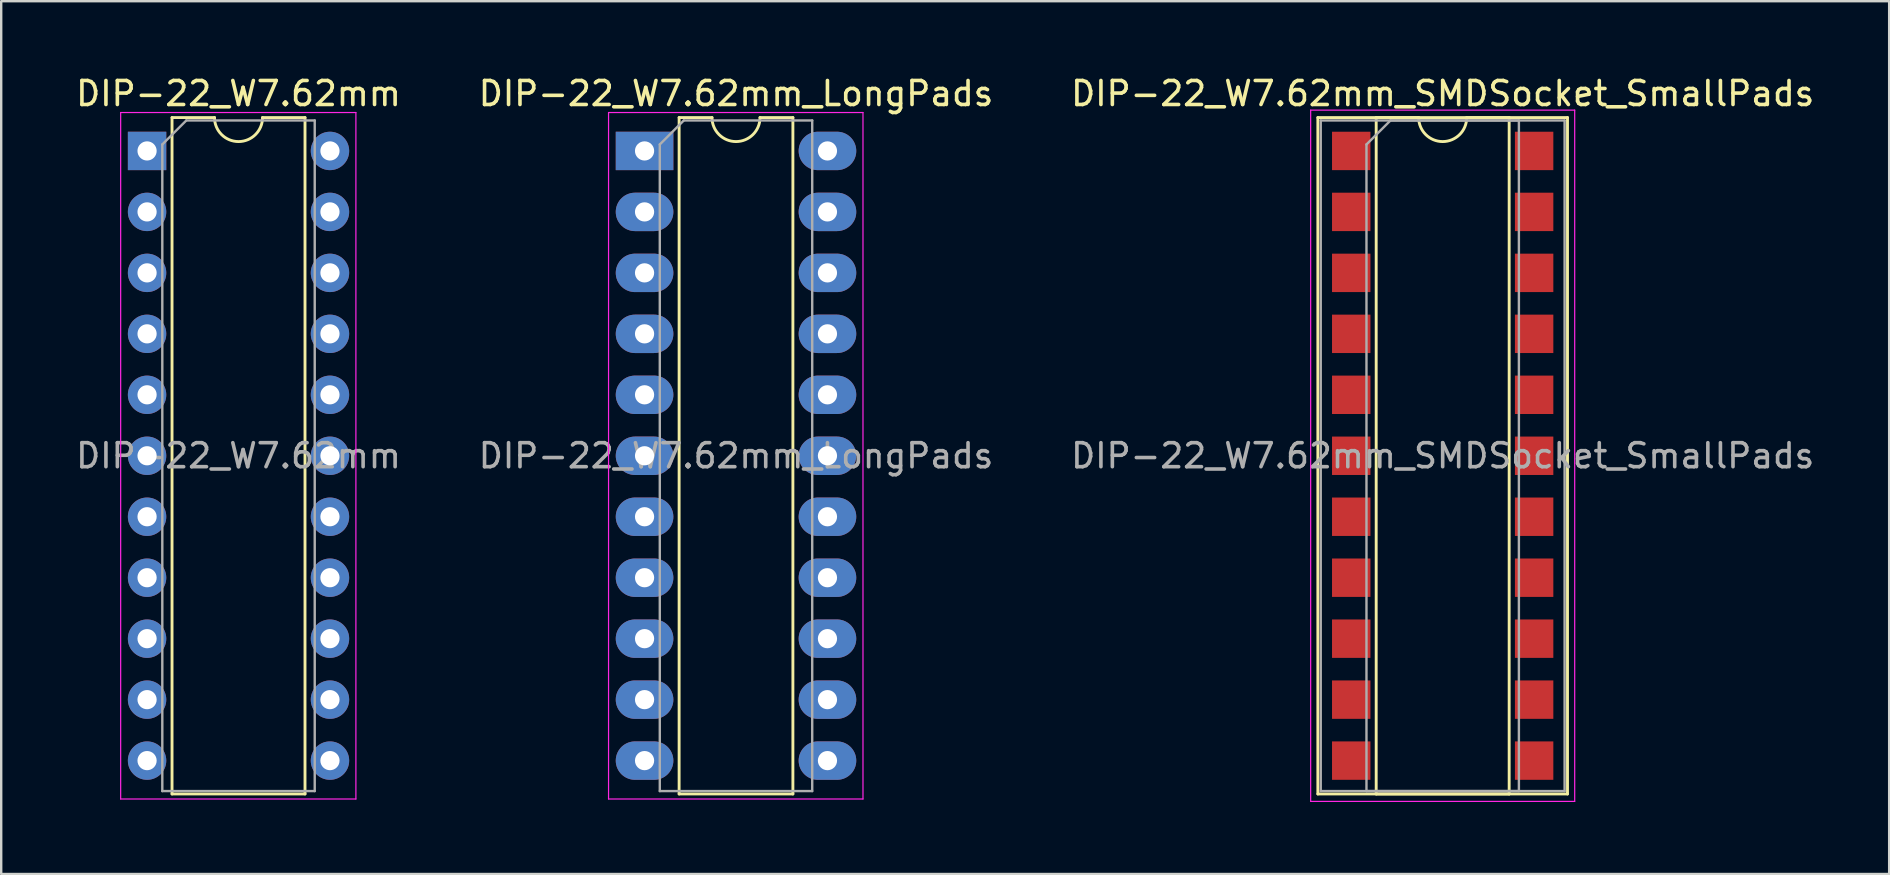
<source format=kicad_pcb>
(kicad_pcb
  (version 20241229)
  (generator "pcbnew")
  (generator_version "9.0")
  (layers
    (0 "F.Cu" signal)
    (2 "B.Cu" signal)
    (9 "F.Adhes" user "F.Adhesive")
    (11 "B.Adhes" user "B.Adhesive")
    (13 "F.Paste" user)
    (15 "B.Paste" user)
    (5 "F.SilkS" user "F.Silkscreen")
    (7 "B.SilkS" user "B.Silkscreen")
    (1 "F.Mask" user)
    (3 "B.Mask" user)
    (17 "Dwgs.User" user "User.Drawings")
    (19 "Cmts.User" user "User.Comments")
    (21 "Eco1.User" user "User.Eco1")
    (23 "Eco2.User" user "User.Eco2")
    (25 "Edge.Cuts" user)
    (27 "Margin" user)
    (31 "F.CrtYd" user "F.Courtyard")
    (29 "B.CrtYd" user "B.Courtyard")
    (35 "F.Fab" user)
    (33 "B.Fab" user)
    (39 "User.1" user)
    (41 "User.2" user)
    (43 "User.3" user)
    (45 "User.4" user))
  (footprint "DIP-22_W7.62mm_SMDSocket_SmallPads"
    (layer "F.Cu")
    (at 57.054 15.938)
    (property "Reference" "DIP-22_W7.62mm_SMDSocket_SmallPads" (at 0 -15.09 0) (layer "F.SilkS") (effects (font (size 1 1) (thickness 0.15))))
    (attr smd)
    (fp_line (start -5.2 -14.09) (end -5.2 14.09) (stroke (width 0.12) (type solid)) (layer "F.SilkS"))
    (fp_line (start -5.2 14.09) (end 5.2 14.09) (stroke (width 0.12) (type solid)) (layer "F.SilkS"))
    (fp_line (start -2.77 -14.09) (end -2.77 14.09) (stroke (width 0.12) (type solid)) (layer "F.SilkS"))
    (fp_line (start -2.77 14.09) (end 2.77 14.09) (stroke (width 0.12) (type solid)) (layer "F.SilkS"))
    (fp_line (start -1 -14.09) (end -2.77 -14.09) (stroke (width 0.12) (type solid)) (layer "F.SilkS"))
    (fp_line (start 2.77 -14.09) (end 1 -14.09) (stroke (width 0.12) (type solid)) (layer "F.SilkS"))
    (fp_line (start 2.77 14.09) (end 2.77 -14.09) (stroke (width 0.12) (type solid)) (layer "F.SilkS"))
    (fp_line (start 5.2 -14.09) (end -5.2 -14.09) (stroke (width 0.12) (type solid)) (layer "F.SilkS"))
    (fp_line (start 5.2 14.09) (end 5.2 -14.09) (stroke (width 0.12) (type solid)) (layer "F.SilkS"))
    (fp_arc (start 1 -14.09) (mid 0 -13.09) (end -1 -14.09) (stroke (width 0.12) (type solid)) (layer "F.SilkS"))
    (fp_line (start -5.5 -14.4) (end -5.5 14.4) (stroke (width 0.05) (type solid)) (layer "F.CrtYd"))
    (fp_line (start -5.5 14.4) (end 5.5 14.4) (stroke (width 0.05) (type solid)) (layer "F.CrtYd"))
    (fp_line (start 5.5 -14.4) (end -5.5 -14.4) (stroke (width 0.05) (type solid)) (layer "F.CrtYd"))
    (fp_line (start 5.5 14.4) (end 5.5 -14.4) (stroke (width 0.05) (type solid)) (layer "F.CrtYd"))
    (fp_line (start -5.08 -13.97) (end -5.08 13.97) (stroke (width 0.1) (type solid)) (layer "F.Fab"))
    (fp_line (start -5.08 13.97) (end 5.08 13.97) (stroke (width 0.1) (type solid)) (layer "F.Fab"))
    (fp_line (start -3.175 -12.97) (end -2.175 -13.97) (stroke (width 0.1) (type solid)) (layer "F.Fab"))
    (fp_line (start -3.175 13.97) (end -3.175 -12.97) (stroke (width 0.1) (type solid)) (layer "F.Fab"))
    (fp_line (start -2.175 -13.97) (end 3.175 -13.97) (stroke (width 0.1) (type solid)) (layer "F.Fab"))
    (fp_line (start 3.175 -13.97) (end 3.175 13.97) (stroke (width 0.1) (type solid)) (layer "F.Fab"))
    (fp_line (start 3.175 13.97) (end -3.175 13.97) (stroke (width 0.1) (type solid)) (layer "F.Fab"))
    (fp_line (start 5.08 -13.97) (end -5.08 -13.97) (stroke (width 0.1) (type solid)) (layer "F.Fab"))
    (fp_line (start 5.08 13.97) (end 5.08 -13.97) (stroke (width 0.1) (type solid)) (layer "F.Fab"))
    (fp_text user "${REFERENCE}" (at 0 0 0) (layer "F.Fab") (effects (font (size 1 1) (thickness 0.15))))
    (pad "1" smd rect (at -3.81 -12.7) (size 1.6 1.6) (layers "F.Cu" "F.Mask" "F.Paste"))
    (pad "2" smd rect (at -3.81 -10.16) (size 1.6 1.6) (layers "F.Cu" "F.Mask" "F.Paste"))
    (pad "3" smd rect (at -3.81 -7.62) (size 1.6 1.6) (layers "F.Cu" "F.Mask" "F.Paste"))
    (pad "4" smd rect (at -3.81 -5.08) (size 1.6 1.6) (layers "F.Cu" "F.Mask" "F.Paste"))
    (pad "5" smd rect (at -3.81 -2.54) (size 1.6 1.6) (layers "F.Cu" "F.Mask" "F.Paste"))
    (pad "6" smd rect (at -3.81 0) (size 1.6 1.6) (layers "F.Cu" "F.Mask" "F.Paste"))
    (pad "7" smd rect (at -3.81 2.54) (size 1.6 1.6) (layers "F.Cu" "F.Mask" "F.Paste"))
    (pad "8" smd rect (at -3.81 5.08) (size 1.6 1.6) (layers "F.Cu" "F.Mask" "F.Paste"))
    (pad "9" smd rect (at -3.81 7.62) (size 1.6 1.6) (layers "F.Cu" "F.Mask" "F.Paste"))
    (pad "10" smd rect (at -3.81 10.16) (size 1.6 1.6) (layers "F.Cu" "F.Mask" "F.Paste"))
    (pad "11" smd rect (at -3.81 12.7) (size 1.6 1.6) (layers "F.Cu" "F.Mask" "F.Paste"))
    (pad "12" smd rect (at 3.81 12.7) (size 1.6 1.6) (layers "F.Cu" "F.Mask" "F.Paste"))
    (pad "13" smd rect (at 3.81 10.16) (size 1.6 1.6) (layers "F.Cu" "F.Mask" "F.Paste"))
    (pad "14" smd rect (at 3.81 7.62) (size 1.6 1.6) (layers "F.Cu" "F.Mask" "F.Paste"))
    (pad "15" smd rect (at 3.81 5.08) (size 1.6 1.6) (layers "F.Cu" "F.Mask" "F.Paste"))
    (pad "16" smd rect (at 3.81 2.54) (size 1.6 1.6) (layers "F.Cu" "F.Mask" "F.Paste"))
    (pad "17" smd rect (at 3.81 0) (size 1.6 1.6) (layers "F.Cu" "F.Mask" "F.Paste"))
    (pad "18" smd rect (at 3.81 -2.54) (size 1.6 1.6) (layers "F.Cu" "F.Mask" "F.Paste"))
    (pad "19" smd rect (at 3.81 -5.08) (size 1.6 1.6) (layers "F.Cu" "F.Mask" "F.Paste"))
    (pad "20" smd rect (at 3.81 -7.62) (size 1.6 1.6) (layers "F.Cu" "F.Mask" "F.Paste"))
    (pad "21" smd rect (at 3.81 -10.16) (size 1.6 1.6) (layers "F.Cu" "F.Mask" "F.Paste"))
    (pad "22" smd rect (at 3.81 -12.7) (size 1.6 1.6) (layers "F.Cu" "F.Mask" "F.Paste")))
  (footprint "DIP-22_W7.62mm_LongPads"
    (layer "F.Cu")
    (at 23.803 3.238)
    (property "Reference" "DIP-22_W7.62mm_LongPads" (at 3.81 -2.39 0) (layer "F.SilkS") (effects (font (size 1 1) (thickness 0.15))))
    (attr through_hole)
    (fp_line (start 1.44 -1.39) (end 1.44 26.79) (stroke (width 0.12) (type solid)) (layer "F.SilkS"))
    (fp_line (start 1.44 26.79) (end 6.18 26.79) (stroke (width 0.12) (type solid)) (layer "F.SilkS"))
    (fp_line (start 2.81 -1.39) (end 1.44 -1.39) (stroke (width 0.12) (type solid)) (layer "F.SilkS"))
    (fp_line (start 6.18 -1.39) (end 4.81 -1.39) (stroke (width 0.12) (type solid)) (layer "F.SilkS"))
    (fp_line (start 6.18 26.79) (end 6.18 -1.39) (stroke (width 0.12) (type solid)) (layer "F.SilkS"))
    (fp_arc (start 4.81 -1.39) (mid 3.81 -0.39) (end 2.81 -1.39) (stroke (width 0.12) (type solid)) (layer "F.SilkS"))
    (fp_line (start -1.5 -1.6) (end -1.5 27) (stroke (width 0.05) (type solid)) (layer "F.CrtYd"))
    (fp_line (start -1.5 27) (end 9.1 27) (stroke (width 0.05) (type solid)) (layer "F.CrtYd"))
    (fp_line (start 9.1 -1.6) (end -1.5 -1.6) (stroke (width 0.05) (type solid)) (layer "F.CrtYd"))
    (fp_line (start 9.1 27) (end 9.1 -1.6) (stroke (width 0.05) (type solid)) (layer "F.CrtYd"))
    (fp_line (start 0.635 -0.27) (end 1.635 -1.27) (stroke (width 0.1) (type solid)) (layer "F.Fab"))
    (fp_line (start 0.635 26.67) (end 0.635 -0.27) (stroke (width 0.1) (type solid)) (layer "F.Fab"))
    (fp_line (start 1.635 -1.27) (end 6.985 -1.27) (stroke (width 0.1) (type solid)) (layer "F.Fab"))
    (fp_line (start 6.985 -1.27) (end 6.985 26.67) (stroke (width 0.1) (type solid)) (layer "F.Fab"))
    (fp_line (start 6.985 26.67) (end 0.635 26.67) (stroke (width 0.1) (type solid)) (layer "F.Fab"))
    (fp_text user "${REFERENCE}" (at 3.81 12.7 0) (layer "F.Fab") (effects (font (size 1 1) (thickness 0.15))))
    (pad "1" thru_hole rect (at 0 0) (size 2.4 1.6) (drill 0.8) (layers "*.Cu" "*.Mask"))
    (pad "2" thru_hole oval (at 0 2.54) (size 2.4 1.6) (drill 0.8) (layers "*.Cu" "*.Mask"))
    (pad "3" thru_hole oval (at 0 5.08) (size 2.4 1.6) (drill 0.8) (layers "*.Cu" "*.Mask"))
    (pad "4" thru_hole oval (at 0 7.62) (size 2.4 1.6) (drill 0.8) (layers "*.Cu" "*.Mask"))
    (pad "5" thru_hole oval (at 0 10.16) (size 2.4 1.6) (drill 0.8) (layers "*.Cu" "*.Mask"))
    (pad "6" thru_hole oval (at 0 12.7) (size 2.4 1.6) (drill 0.8) (layers "*.Cu" "*.Mask"))
    (pad "7" thru_hole oval (at 0 15.24) (size 2.4 1.6) (drill 0.8) (layers "*.Cu" "*.Mask"))
    (pad "8" thru_hole oval (at 0 17.78) (size 2.4 1.6) (drill 0.8) (layers "*.Cu" "*.Mask"))
    (pad "9" thru_hole oval (at 0 20.32) (size 2.4 1.6) (drill 0.8) (layers "*.Cu" "*.Mask"))
    (pad "10" thru_hole oval (at 0 22.86) (size 2.4 1.6) (drill 0.8) (layers "*.Cu" "*.Mask"))
    (pad "11" thru_hole oval (at 0 25.4) (size 2.4 1.6) (drill 0.8) (layers "*.Cu" "*.Mask"))
    (pad "12" thru_hole oval (at 7.62 25.4) (size 2.4 1.6) (drill 0.8) (layers "*.Cu" "*.Mask"))
    (pad "13" thru_hole oval (at 7.62 22.86) (size 2.4 1.6) (drill 0.8) (layers "*.Cu" "*.Mask"))
    (pad "14" thru_hole oval (at 7.62 20.32) (size 2.4 1.6) (drill 0.8) (layers "*.Cu" "*.Mask"))
    (pad "15" thru_hole oval (at 7.62 17.78) (size 2.4 1.6) (drill 0.8) (layers "*.Cu" "*.Mask"))
    (pad "16" thru_hole oval (at 7.62 15.24) (size 2.4 1.6) (drill 0.8) (layers "*.Cu" "*.Mask"))
    (pad "17" thru_hole oval (at 7.62 12.7) (size 2.4 1.6) (drill 0.8) (layers "*.Cu" "*.Mask"))
    (pad "18" thru_hole oval (at 7.62 10.16) (size 2.4 1.6) (drill 0.8) (layers "*.Cu" "*.Mask"))
    (pad "19" thru_hole oval (at 7.62 7.62) (size 2.4 1.6) (drill 0.8) (layers "*.Cu" "*.Mask"))
    (pad "20" thru_hole oval (at 7.62 5.08) (size 2.4 1.6) (drill 0.8) (layers "*.Cu" "*.Mask"))
    (pad "21" thru_hole oval (at 7.62 2.54) (size 2.4 1.6) (drill 0.8) (layers "*.Cu" "*.Mask"))
    (pad "22" thru_hole oval (at 7.62 0) (size 2.4 1.6) (drill 0.8) (layers "*.Cu" "*.Mask")))
  (footprint "DIP-22_W7.62mm"
    (layer "F.Cu")
    (at 3.077 3.238)
    (property "Reference" "DIP-22_W7.62mm" (at 3.81 -2.39 0) (layer "F.SilkS") (effects (font (size 1 1) (thickness 0.15))))
    (attr through_hole)
    (fp_line (start 1.04 -1.39) (end 1.04 26.79) (stroke (width 0.12) (type solid)) (layer "F.SilkS"))
    (fp_line (start 1.04 26.79) (end 6.58 26.79) (stroke (width 0.12) (type solid)) (layer "F.SilkS"))
    (fp_line (start 2.81 -1.39) (end 1.04 -1.39) (stroke (width 0.12) (type solid)) (layer "F.SilkS"))
    (fp_line (start 6.58 -1.39) (end 4.81 -1.39) (stroke (width 0.12) (type solid)) (layer "F.SilkS"))
    (fp_line (start 6.58 26.79) (end 6.58 -1.39) (stroke (width 0.12) (type solid)) (layer "F.SilkS"))
    (fp_arc (start 4.81 -1.39) (mid 3.81 -0.39) (end 2.81 -1.39) (stroke (width 0.12) (type solid)) (layer "F.SilkS"))
    (fp_line (start -1.1 -1.6) (end -1.1 27) (stroke (width 0.05) (type solid)) (layer "F.CrtYd"))
    (fp_line (start -1.1 27) (end 8.7 27) (stroke (width 0.05) (type solid)) (layer "F.CrtYd"))
    (fp_line (start 8.7 -1.6) (end -1.1 -1.6) (stroke (width 0.05) (type solid)) (layer "F.CrtYd"))
    (fp_line (start 8.7 27) (end 8.7 -1.6) (stroke (width 0.05) (type solid)) (layer "F.CrtYd"))
    (fp_line (start 0.635 -0.27) (end 1.635 -1.27) (stroke (width 0.1) (type solid)) (layer "F.Fab"))
    (fp_line (start 0.635 26.67) (end 0.635 -0.27) (stroke (width 0.1) (type solid)) (layer "F.Fab"))
    (fp_line (start 1.635 -1.27) (end 6.985 -1.27) (stroke (width 0.1) (type solid)) (layer "F.Fab"))
    (fp_line (start 6.985 -1.27) (end 6.985 26.67) (stroke (width 0.1) (type solid)) (layer "F.Fab"))
    (fp_line (start 6.985 26.67) (end 0.635 26.67) (stroke (width 0.1) (type solid)) (layer "F.Fab"))
    (fp_text user "${REFERENCE}" (at 3.81 12.7 0) (layer "F.Fab") (effects (font (size 1 1) (thickness 0.15))))
    (pad "1" thru_hole rect (at 0 0) (size 1.6 1.6) (drill 0.8) (layers "*.Cu" "*.Mask"))
    (pad "2" thru_hole oval (at 0 2.54) (size 1.6 1.6) (drill 0.8) (layers "*.Cu" "*.Mask"))
    (pad "3" thru_hole oval (at 0 5.08) (size 1.6 1.6) (drill 0.8) (layers "*.Cu" "*.Mask"))
    (pad "4" thru_hole oval (at 0 7.62) (size 1.6 1.6) (drill 0.8) (layers "*.Cu" "*.Mask"))
    (pad "5" thru_hole oval (at 0 10.16) (size 1.6 1.6) (drill 0.8) (layers "*.Cu" "*.Mask"))
    (pad "6" thru_hole oval (at 0 12.7) (size 1.6 1.6) (drill 0.8) (layers "*.Cu" "*.Mask"))
    (pad "7" thru_hole oval (at 0 15.24) (size 1.6 1.6) (drill 0.8) (layers "*.Cu" "*.Mask"))
    (pad "8" thru_hole oval (at 0 17.78) (size 1.6 1.6) (drill 0.8) (layers "*.Cu" "*.Mask"))
    (pad "9" thru_hole oval (at 0 20.32) (size 1.6 1.6) (drill 0.8) (layers "*.Cu" "*.Mask"))
    (pad "10" thru_hole oval (at 0 22.86) (size 1.6 1.6) (drill 0.8) (layers "*.Cu" "*.Mask"))
    (pad "11" thru_hole oval (at 0 25.4) (size 1.6 1.6) (drill 0.8) (layers "*.Cu" "*.Mask"))
    (pad "12" thru_hole oval (at 7.62 25.4) (size 1.6 1.6) (drill 0.8) (layers "*.Cu" "*.Mask"))
    (pad "13" thru_hole oval (at 7.62 22.86) (size 1.6 1.6) (drill 0.8) (layers "*.Cu" "*.Mask"))
    (pad "14" thru_hole oval (at 7.62 20.32) (size 1.6 1.6) (drill 0.8) (layers "*.Cu" "*.Mask"))
    (pad "15" thru_hole oval (at 7.62 17.78) (size 1.6 1.6) (drill 0.8) (layers "*.Cu" "*.Mask"))
    (pad "16" thru_hole oval (at 7.62 15.24) (size 1.6 1.6) (drill 0.8) (layers "*.Cu" "*.Mask"))
    (pad "17" thru_hole oval (at 7.62 12.7) (size 1.6 1.6) (drill 0.8) (layers "*.Cu" "*.Mask"))
    (pad "18" thru_hole oval (at 7.62 10.16) (size 1.6 1.6) (drill 0.8) (layers "*.Cu" "*.Mask"))
    (pad "19" thru_hole oval (at 7.62 7.62) (size 1.6 1.6) (drill 0.8) (layers "*.Cu" "*.Mask"))
    (pad "20" thru_hole oval (at 7.62 5.08) (size 1.6 1.6) (drill 0.8) (layers "*.Cu" "*.Mask"))
    (pad "21" thru_hole oval (at 7.62 2.54) (size 1.6 1.6) (drill 0.8) (layers "*.Cu" "*.Mask"))
    (pad "22" thru_hole oval (at 7.62 0) (size 1.6 1.6) (drill 0.8) (layers "*.Cu" "*.Mask")))
  (gr_rect
    (start -3 -3)
    (end 75.655 33.363)
    (stroke (width 0.1) (type default))
    (fill no)
    (layer "Edge.Cuts")))
</source>
